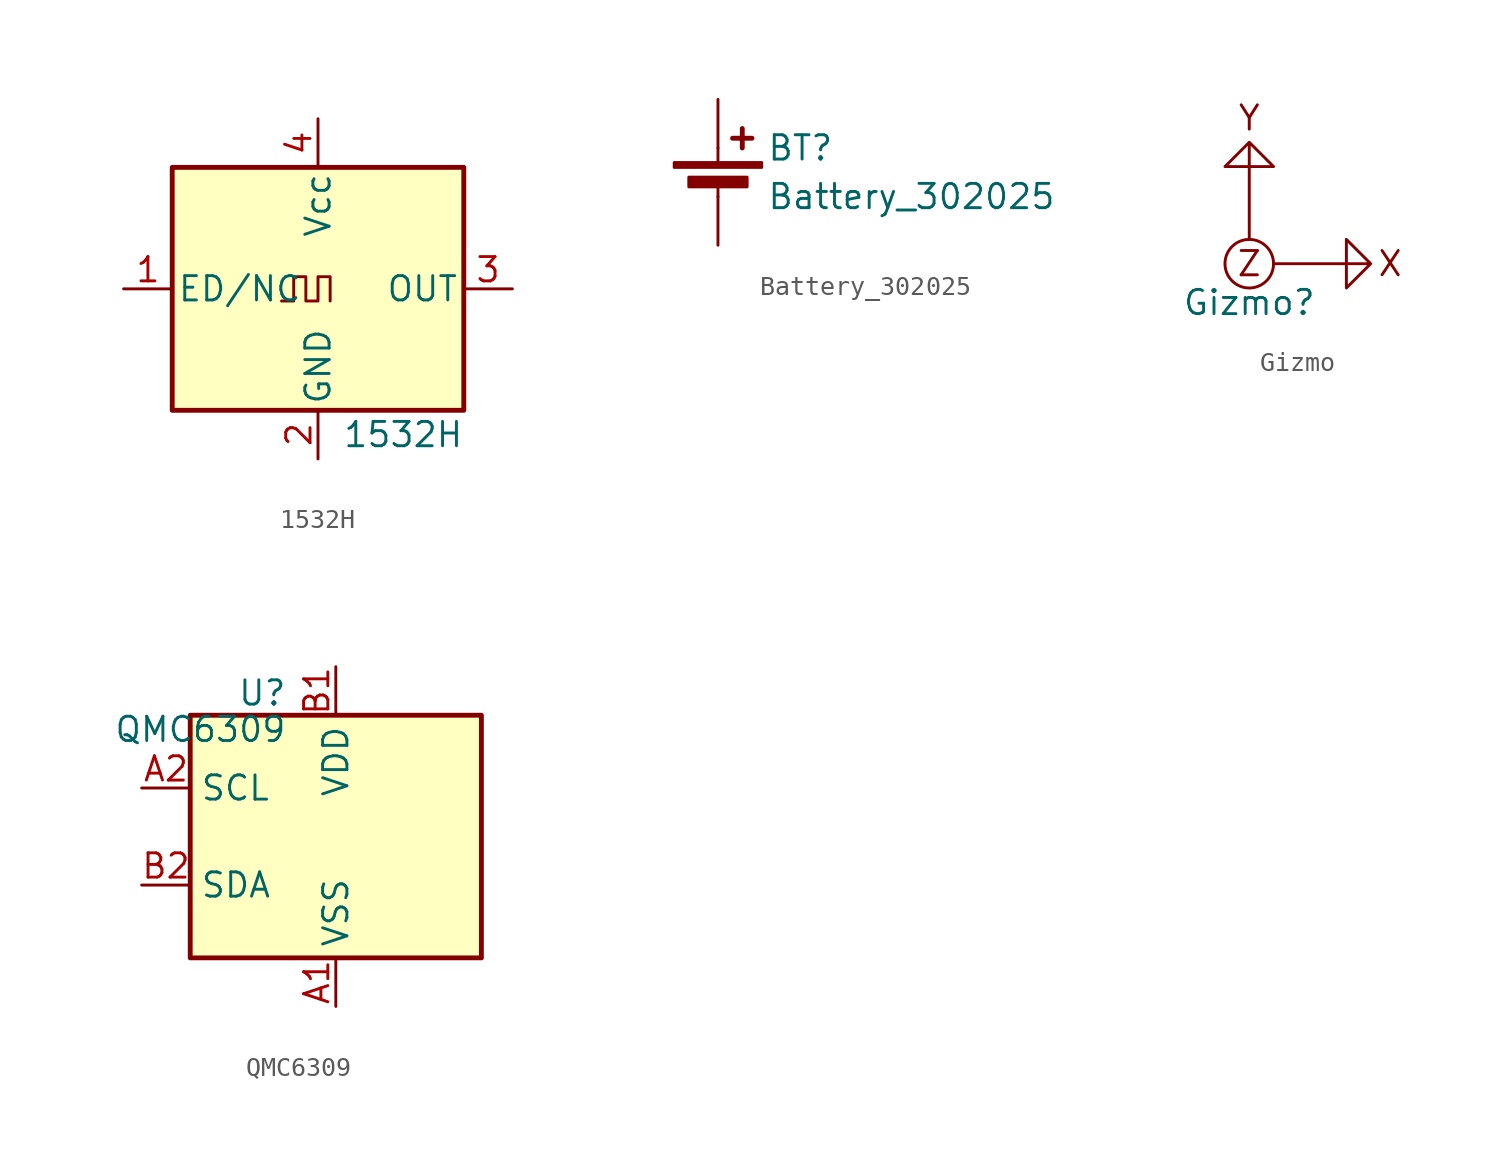
<source format=kicad_sym>
(kicad_symbol_lib
  (version 20241209)
  (generator "kicad_symbol_editor")
  (generator_version "9.0")
  (symbol "1532H"
    (pin_names
      (offset 0.254))
    (property "Reference" "Y"
      (at -7.62 7.366 0)
      (effects (font (size 1.27 1.27)) (justify left) (hide yes)))
    (property "Value" "1532H"
      (at 1.27 -7.62 0)
      (effects (font (size 1.27 1.27)) (justify left)))
    (symbol "1532H_0_1"
      (rectangle (start -7.62 6.35) (end 7.62 -6.35) (stroke (width 0.254) (type default)) (fill (type background)))
      (polyline (pts (xy -1.905 -0.635) (xy -1.27 -0.635) (xy -1.27 0.635) (xy -0.635 0.635) (xy -0.635 -0.635) (xy 0 -0.635) (xy 0 0.635) (xy 0.635 0.635) (xy 0.635 -0.635)) (stroke (width 0) (type default)) (fill (type none))))
    (symbol "1532H_1_1"
      (pin input line (at -10.16 0 0) (length 2.54) (name "ED/NC" (effects (font (size 1.27 1.27)))) (number "1" (effects (font (size 1.27 1.27)))))
      (pin power_in line (at 0 8.89 270) (length 2.54) (name "Vcc" (effects (font (size 1.27 1.27)))) (number "4" (effects (font (size 1.27 1.27)))))
      (pin power_in line (at 0 -8.89 90) (length 2.54) (name "GND" (effects (font (size 1.27 1.27)))) (number "2" (effects (font (size 1.27 1.27)))))
      (pin output line (at 10.16 0 180) (length 2.54) (name "OUT" (effects (font (size 1.27 1.27)))) (number "3" (effects (font (size 1.27 1.27)))))))
  (symbol "Battery_302025"
    (pin_numbers
      (hide yes))
    (pin_names
      (offset 0)
      (hide yes))
    (property "Reference" "BT"
      (at 2.54 2.54 0)
      (effects (font (size 1.27 1.27)) (justify left)))
    (property "Value" "Battery_302025"
      (at 2.54 0 0)
      (effects (font (size 1.27 1.27)) (justify left)))
    (symbol "Battery_302025_0_1"
      (rectangle (start -2.286 1.778) (end 2.286 1.524) (stroke (width 0) (type default)) (fill (type outline)))
      (rectangle (start -1.524 1.016) (end 1.524 0.508) (stroke (width 0) (type default)) (fill (type outline)))
      (polyline (pts (xy 0 1.778) (xy 0 2.54)) (stroke (width 0) (type default)) (fill (type none)))
      (polyline (pts (xy 0 0.762) (xy 0 0)) (stroke (width 0) (type default)) (fill (type none)))
      (polyline (pts (xy 0.762 3.048) (xy 1.778 3.048)) (stroke (width 0.254) (type default)) (fill (type none)))
      (polyline (pts (xy 1.27 3.556) (xy 1.27 2.54)) (stroke (width 0.254) (type default)) (fill (type none))))
    (symbol "Battery_302025_1_1"
      (pin passive line (at 0 5.08 270) (length 2.54) (name "+" (effects (font (size 1.27 1.27)))) (number "1" (effects (font (size 1.27 1.27)))))
      (pin passive line (at 0 -2.54 90) (length 2.54) (name "-" (effects (font (size 1.27 1.27)))) (number "2" (effects (font (size 1.27 1.27)))))))
  (symbol "Gizmo"
    (property "Reference" "Gizmo"
      (at 0 -2.032 0)
      (effects (font (size 1.27 1.27))))
    (property "Value" ""
      (at 0 0 0)
      (effects (font (size 1.27 1.27))))
    (symbol "Gizmo_0_1"
      (polyline (pts (xy 0 1.27) (xy 0 6.35) (xy -1.27 5.08) (xy 1.27 5.08) (xy 0 6.35)) (stroke (width 0) (type default)) (fill (type none)))
      (circle (center 0 0) (radius 1.27) (stroke (width 0) (type default)) (fill (type none)))
      (polyline (pts (xy 1.27 0) (xy 6.35 0) (xy 5.08 1.27) (xy 5.08 -1.27) (xy 6.35 0)) (stroke (width 0) (type default)) (fill (type none))))
    (symbol "Gizmo_1_1"
      (text "Y" (at 0 7.62 0) (effects (font (size 1.27 1.27))))
      (text "Z" (at 0 0 0) (effects (font (size 1.27 1.27))))
      (text "X" (at 7.366 0 0) (effects (font (size 1.27 1.27))))))
  (symbol "QMC6309"
    (property "Reference" "U"
      (at -2.54 8.255 0)
      (effects (font (size 1.27 1.27)) (justify right top)))
    (property "Value" "QMC6309"
      (at -2.54 6.35 0)
      (effects (font (size 1.27 1.27)) (justify right top)))
    (symbol "QMC6309_0_1"
      (rectangle (start -7.62 6.35) (end 7.62 -6.35) (stroke (width 0.254) (type default)) (fill (type background))))
    (symbol "QMC6309_1_1"
      (pin input line (at -10.16 2.54 0) (length 2.54) (name "SCL" (effects (font (size 1.27 1.27)))) (number "A2" (effects (font (size 1.27 1.27)))))
      (pin bidirectional line (at -10.16 -2.54 0) (length 2.54) (name "SDA" (effects (font (size 1.27 1.27)))) (number "B2" (effects (font (size 1.27 1.27)))))
      (pin power_in line (at 0 8.89 270) (length 2.54) (name "VDD" (effects (font (size 1.27 1.27)))) (number "B1" (effects (font (size 1.27 1.27)))))
      (pin power_in line (at 0 -8.89 90) (length 2.54) (name "VSS" (effects (font (size 1.27 1.27)))) (number "A1" (effects (font (size 1.27 1.27))))))))
</source>
